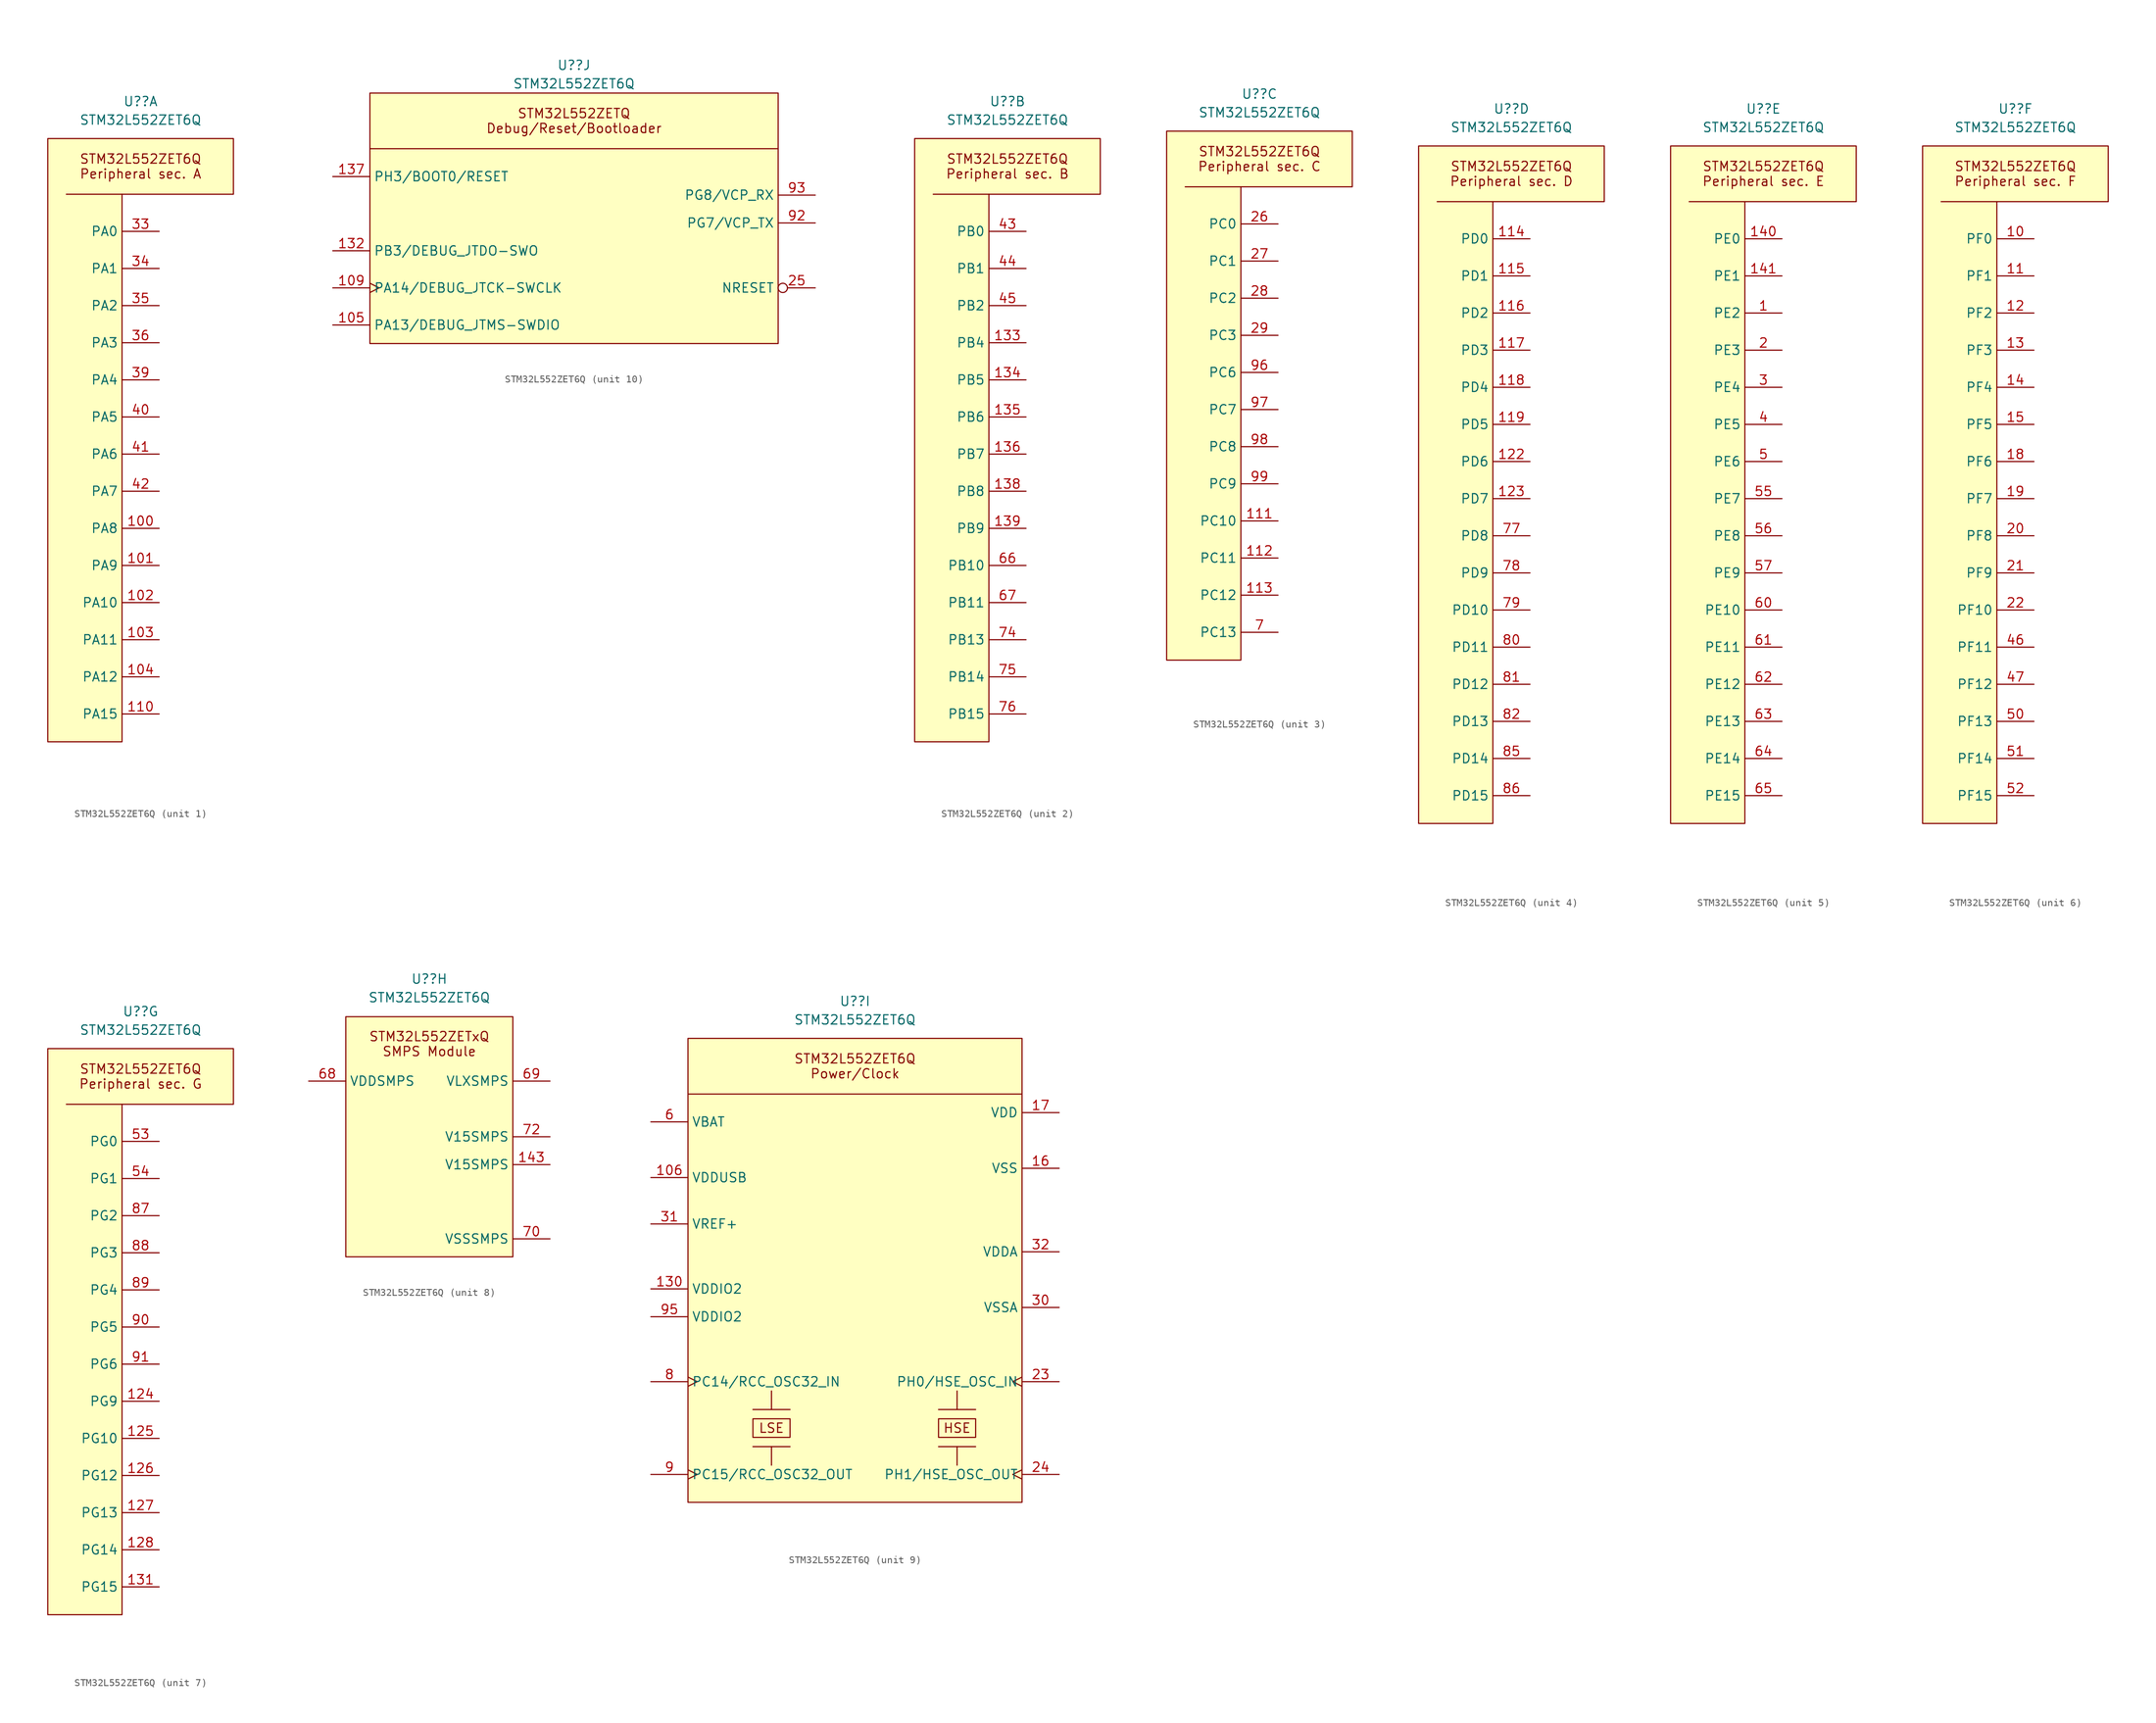
<source format=kicad_sym>
(kicad_symbol_lib
  (version 20241209)
  (generator "kicad_symbol_editor")
  (generator_version "9.0")
  (symbol "STM32L552ZET6Q"
    (property "Reference" "U?"
      (at 0 35.56 0)
      (effects (font (size 1.27 1.27))))
    (property "Value" "STM32L552ZET6Q"
      (at 0 33.02 0)
      (effects (font (size 1.27 1.27))))
    (property "ki_locked" ""
      (at 0 0 0)
      (effects (font (size 1.27 1.27))))
    (symbol "STM32L552ZET6Q_1_1"
      (polyline (pts (xy -2.54 22.86) (xy -10.16 22.86)) (stroke (width 0) (type default)) (fill (type none)))
      (polyline (pts (xy 12.7 30.48) (xy -12.7 30.48) (xy -12.7 -52.07) (xy -2.54 -52.07) (xy -2.54 22.86) (xy 12.7 22.86) (xy 12.7 30.48) (xy 11.43 30.48)) (stroke (width 0) (type solid)) (fill (type background)))
      (text "STM32L552ZET6Q\nPeripheral sec. A" (at 0 26.67 0) (effects (font (size 1.27 1.27))))
      (pin bidirectional line (at 2.54 17.78 180) (length 5.08) (name "PA0" (effects (font (size 1.27 1.27)))) (number "33" (effects (font (size 1.27 1.27)))) (alternate "ADC1_IN5" bidirectional line) (alternate "ADC2_IN5" bidirectional line) (alternate "OPAMP1_VINP" bidirectional line) (alternate "PWR_WKUP1" bidirectional line) (alternate "SAI1_EXTCLK" bidirectional line) (alternate "TAMP_IN2" bidirectional line) (alternate "TAMP_OUT1" bidirectional line) (alternate "TIM2_CH1" bidirectional line) (alternate "TIM2_ETR" bidirectional line) (alternate "TIM5_CH1" bidirectional line) (alternate "TIM8_ETR" bidirectional line) (alternate "UART4_TX" bidirectional line) (alternate "USART2_CTS" bidirectional line) (alternate "USART2_NSS" bidirectional line))
      (pin bidirectional line (at 2.54 12.7 180) (length 5.08) (name "PA1" (effects (font (size 1.27 1.27)))) (number "34" (effects (font (size 1.27 1.27)))) (alternate "ADC1_IN6" bidirectional line) (alternate "ADC2_IN6" bidirectional line) (alternate "I2C1_SMBA" bidirectional line) (alternate "OCTOSPI1_DQS" bidirectional line) (alternate "OPAMP1_VINM" bidirectional line) (alternate "SPI1_SCK" bidirectional line) (alternate "TAMP_IN5" bidirectional line) (alternate "TAMP_OUT4" bidirectional line) (alternate "TIM15_CH1N" bidirectional line) (alternate "TIM2_CH2" bidirectional line) (alternate "TIM5_CH2" bidirectional line) (alternate "UART4_RX" bidirectional line) (alternate "USART2_DE" bidirectional line) (alternate "USART2_RTS" bidirectional line))
      (pin bidirectional line (at 2.54 7.62 180) (length 5.08) (name "PA2" (effects (font (size 1.27 1.27)))) (number "35" (effects (font (size 1.27 1.27)))) (alternate "ADC1_IN7" bidirectional line) (alternate "ADC2_IN7" bidirectional line) (alternate "COMP1_INP" bidirectional line) (alternate "LPUART1_TX" bidirectional line) (alternate "OCTOSPI1_NCS" bidirectional line) (alternate "PWR_WKUP4" bidirectional line) (alternate "RCC_LSCO" bidirectional line) (alternate "SAI2_EXTCLK" bidirectional line) (alternate "TIM15_CH1" bidirectional line) (alternate "TIM2_CH3" bidirectional line) (alternate "TIM5_CH3" bidirectional line) (alternate "UCPD1_FRSTX1" bidirectional line) (alternate "USART2_TX" bidirectional line))
      (pin bidirectional line (at 2.54 2.54 180) (length 5.08) (name "PA3" (effects (font (size 1.27 1.27)))) (number "36" (effects (font (size 1.27 1.27)))) (alternate "ADC1_IN8" bidirectional line) (alternate "ADC2_IN8" bidirectional line) (alternate "LPUART1_RX" bidirectional line) (alternate "OCTOSPI1_CLK" bidirectional line) (alternate "OPAMP1_VOUT" bidirectional line) (alternate "SAI1_CK1" bidirectional line) (alternate "SAI1_MCLK_A" bidirectional line) (alternate "TIM15_CH2" bidirectional line) (alternate "TIM2_CH4" bidirectional line) (alternate "TIM5_CH4" bidirectional line) (alternate "USART2_RX" bidirectional line))
      (pin bidirectional line (at 2.54 -2.54 180) (length 5.08) (name "PA4" (effects (font (size 1.27 1.27)))) (number "39" (effects (font (size 1.27 1.27)))) (alternate "ADC1_IN9" bidirectional line) (alternate "ADC2_IN9" bidirectional line) (alternate "DAC1_OUT1" bidirectional line) (alternate "LPTIM2_OUT" bidirectional line) (alternate "OCTOSPI1_NCS" bidirectional line) (alternate "SAI1_FS_B" bidirectional line) (alternate "SPI1_NSS" bidirectional line) (alternate "SPI3_NSS" bidirectional line) (alternate "USART2_CK" bidirectional line))
      (pin bidirectional line (at 2.54 -7.62 180) (length 5.08) (name "PA5" (effects (font (size 1.27 1.27)))) (number "40" (effects (font (size 1.27 1.27)))) (alternate "ADC1_IN10" bidirectional line) (alternate "ADC2_IN10" bidirectional line) (alternate "DAC1_OUT2" bidirectional line) (alternate "LPTIM2_ETR" bidirectional line) (alternate "SPI1_SCK" bidirectional line) (alternate "TIM2_CH1" bidirectional line) (alternate "TIM2_ETR" bidirectional line) (alternate "TIM8_CH1N" bidirectional line))
      (pin bidirectional line (at 2.54 -12.7 180) (length 5.08) (name "PA6" (effects (font (size 1.27 1.27)))) (number "41" (effects (font (size 1.27 1.27)))) (alternate "ADC1_IN11" bidirectional line) (alternate "ADC2_IN11" bidirectional line) (alternate "LPUART1_CTS" bidirectional line) (alternate "OCTOSPI1_IO3" bidirectional line) (alternate "OPAMP2_VINP" bidirectional line) (alternate "SPI1_MISO" bidirectional line) (alternate "TIM16_CH1" bidirectional line) (alternate "TIM1_BKIN" bidirectional line) (alternate "TIM3_CH1" bidirectional line) (alternate "TIM8_BKIN" bidirectional line) (alternate "USART3_CTS" bidirectional line) (alternate "USART3_NSS" bidirectional line))
      (pin bidirectional line (at 2.54 -17.78 180) (length 5.08) (name "PA7" (effects (font (size 1.27 1.27)))) (number "42" (effects (font (size 1.27 1.27)))) (alternate "ADC1_IN12" bidirectional line) (alternate "ADC2_IN12" bidirectional line) (alternate "I2C3_SCL" bidirectional line) (alternate "OCTOSPI1_IO2" bidirectional line) (alternate "OPAMP2_VINM" bidirectional line) (alternate "SPI1_MOSI" bidirectional line) (alternate "TIM17_CH1" bidirectional line) (alternate "TIM1_CH1N" bidirectional line) (alternate "TIM3_CH2" bidirectional line) (alternate "TIM8_CH1N" bidirectional line))
      (pin bidirectional line (at 2.54 -22.86 180) (length 5.08) (name "PA8" (effects (font (size 1.27 1.27)))) (number "100" (effects (font (size 1.27 1.27)))) (alternate "LPTIM2_OUT" bidirectional line) (alternate "RCC_MCO" bidirectional line) (alternate "SAI1_CK2" bidirectional line) (alternate "SAI1_SCK_A" bidirectional line) (alternate "TIM1_CH1" bidirectional line) (alternate "USART1_CK" bidirectional line))
      (pin bidirectional line (at 2.54 -27.94 180) (length 5.08) (name "PA9" (effects (font (size 1.27 1.27)))) (number "101" (effects (font (size 1.27 1.27)))) (alternate "DAC1_EXTI9" bidirectional line) (alternate "SAI1_FS_A" bidirectional line) (alternate "SPI2_SCK" bidirectional line) (alternate "TIM15_BKIN" bidirectional line) (alternate "TIM1_CH2" bidirectional line) (alternate "USART1_TX" bidirectional line))
      (pin bidirectional line (at 2.54 -33.02 180) (length 5.08) (name "PA10" (effects (font (size 1.27 1.27)))) (number "102" (effects (font (size 1.27 1.27)))) (alternate "CRS_SYNC" bidirectional line) (alternate "SAI1_D1" bidirectional line) (alternate "SAI1_SD_A" bidirectional line) (alternate "TIM17_BKIN" bidirectional line) (alternate "TIM1_CH3" bidirectional line) (alternate "USART1_RX" bidirectional line))
      (pin bidirectional line (at 2.54 -38.1 180) (length 5.08) (name "PA11" (effects (font (size 1.27 1.27)))) (number "103" (effects (font (size 1.27 1.27)))) (alternate "ADC1_EXTI11" bidirectional line) (alternate "ADC2_EXTI11" bidirectional line) (alternate "FDCAN1_RX" bidirectional line) (alternate "SPI1_MISO" bidirectional line) (alternate "TIM1_BKIN2" bidirectional line) (alternate "TIM1_CH4" bidirectional line) (alternate "USART1_CTS" bidirectional line) (alternate "USART1_NSS" bidirectional line) (alternate "USB_DM" bidirectional line))
      (pin bidirectional line (at 2.54 -43.18 180) (length 5.08) (name "PA12" (effects (font (size 1.27 1.27)))) (number "104" (effects (font (size 1.27 1.27)))) (alternate "FDCAN1_TX" bidirectional line) (alternate "SPI1_MOSI" bidirectional line) (alternate "TIM1_ETR" bidirectional line) (alternate "USART1_DE" bidirectional line) (alternate "USART1_RTS" bidirectional line) (alternate "USB_DP" bidirectional line))
      (pin bidirectional line (at 2.54 -48.26 180) (length 5.08) (name "PA15" (effects (font (size 1.27 1.27)))) (number "110" (effects (font (size 1.27 1.27)))) (alternate "ADC1_EXTI15" bidirectional line) (alternate "ADC2_EXTI15" bidirectional line) (alternate "DEBUG_JTDI" bidirectional line) (alternate "SAI2_FS_B" bidirectional line) (alternate "SPI1_NSS" bidirectional line) (alternate "SPI3_NSS" bidirectional line) (alternate "TIM2_CH1" bidirectional line) (alternate "TIM2_ETR" bidirectional line) (alternate "UART4_DE" bidirectional line) (alternate "UART4_RTS" bidirectional line) (alternate "UCPD1_CC1" bidirectional line) (alternate "USART2_RX" bidirectional line) (alternate "USART3_DE" bidirectional line) (alternate "USART3_RTS" bidirectional line)))
    (symbol "STM32L552ZET6Q_2_1"
      (polyline (pts (xy -2.54 22.86) (xy -10.16 22.86)) (stroke (width 0) (type default)) (fill (type none)))
      (polyline (pts (xy 12.7 30.48) (xy -12.7 30.48) (xy -12.7 -52.07) (xy -2.54 -52.07) (xy -2.54 22.86) (xy 12.7 22.86) (xy 12.7 30.48) (xy 11.43 30.48)) (stroke (width 0) (type solid)) (fill (type background)))
      (text "STM32L552ZET6Q\nPeripheral sec. B" (at 0 26.67 0) (effects (font (size 1.27 1.27))))
      (pin bidirectional line (at 2.54 17.78 180) (length 5.08) (name "PB0" (effects (font (size 1.27 1.27)))) (number "43" (effects (font (size 1.27 1.27)))) (alternate "ADC1_IN15" bidirectional line) (alternate "ADC2_IN15" bidirectional line) (alternate "COMP1_OUT" bidirectional line) (alternate "OCTOSPI1_IO1" bidirectional line) (alternate "OPAMP2_VOUT" bidirectional line) (alternate "SAI1_EXTCLK" bidirectional line) (alternate "SPI1_NSS" bidirectional line) (alternate "TIM1_CH2N" bidirectional line) (alternate "TIM3_CH3" bidirectional line) (alternate "TIM8_CH2N" bidirectional line) (alternate "USART3_CK" bidirectional line))
      (pin bidirectional line (at 2.54 12.7 180) (length 5.08) (name "PB1" (effects (font (size 1.27 1.27)))) (number "44" (effects (font (size 1.27 1.27)))) (alternate "ADC1_IN16" bidirectional line) (alternate "ADC2_IN16" bidirectional line) (alternate "COMP1_INM" bidirectional line) (alternate "DFSDM1_DATIN0" bidirectional line) (alternate "LPTIM2_IN1" bidirectional line) (alternate "LPUART1_DE" bidirectional line) (alternate "LPUART1_RTS" bidirectional line) (alternate "OCTOSPI1_IO0" bidirectional line) (alternate "TIM1_CH3N" bidirectional line) (alternate "TIM3_CH4" bidirectional line) (alternate "TIM8_CH3N" bidirectional line) (alternate "USART3_DE" bidirectional line) (alternate "USART3_RTS" bidirectional line))
      (pin bidirectional line (at 2.54 7.62 180) (length 5.08) (name "PB2" (effects (font (size 1.27 1.27)))) (number "45" (effects (font (size 1.27 1.27)))) (alternate "COMP1_INP" bidirectional line) (alternate "DFSDM1_CKIN0" bidirectional line) (alternate "I2C3_SMBA" bidirectional line) (alternate "LPTIM1_OUT" bidirectional line) (alternate "OCTOSPI1_DQS" bidirectional line) (alternate "RTC_OUT2" bidirectional line) (alternate "UCPD1_FRSTX1" bidirectional line))
      (pin bidirectional line (at 2.54 2.54 180) (length 5.08) (name "PB4" (effects (font (size 1.27 1.27)))) (number "133" (effects (font (size 1.27 1.27)))) (alternate "COMP2_INP" bidirectional line) (alternate "DEBUG_JTRST" bidirectional line) (alternate "I2C3_SDA" bidirectional line) (alternate "SAI1_MCLK_B" bidirectional line) (alternate "SPI1_MISO" bidirectional line) (alternate "SPI3_MISO" bidirectional line) (alternate "TIM17_BKIN" bidirectional line) (alternate "TIM3_CH1" bidirectional line) (alternate "TSC_G2_IO1" bidirectional line) (alternate "UART5_DE" bidirectional line) (alternate "UART5_RTS" bidirectional line) (alternate "USART1_CTS" bidirectional line) (alternate "USART1_NSS" bidirectional line))
      (pin bidirectional line (at 2.54 -2.54 180) (length 5.08) (name "PB5" (effects (font (size 1.27 1.27)))) (number "134" (effects (font (size 1.27 1.27)))) (alternate "COMP2_OUT" bidirectional line) (alternate "I2C1_SMBA" bidirectional line) (alternate "LPTIM1_IN1" bidirectional line) (alternate "OCTOSPI1_NCLK" bidirectional line) (alternate "SAI1_SD_B" bidirectional line) (alternate "SPI1_MOSI" bidirectional line) (alternate "SPI3_MOSI" bidirectional line) (alternate "TIM16_BKIN" bidirectional line) (alternate "TIM3_CH2" bidirectional line) (alternate "TSC_G2_IO2" bidirectional line) (alternate "UART5_CTS" bidirectional line) (alternate "UCPD1_DBCC1" bidirectional line) (alternate "USART1_CK" bidirectional line))
      (pin bidirectional line (at 2.54 -7.62 180) (length 5.08) (name "PB6" (effects (font (size 1.27 1.27)))) (number "135" (effects (font (size 1.27 1.27)))) (alternate "COMP2_INP" bidirectional line) (alternate "I2C1_SCL" bidirectional line) (alternate "I2C4_SCL" bidirectional line) (alternate "LPTIM1_ETR" bidirectional line) (alternate "SAI1_FS_B" bidirectional line) (alternate "TIM16_CH1N" bidirectional line) (alternate "TIM4_CH1" bidirectional line) (alternate "TIM8_BKIN2" bidirectional line) (alternate "TSC_G2_IO3" bidirectional line) (alternate "USART1_TX" bidirectional line))
      (pin bidirectional line (at 2.54 -12.7 180) (length 5.08) (name "PB7" (effects (font (size 1.27 1.27)))) (number "136" (effects (font (size 1.27 1.27)))) (alternate "COMP2_INM" bidirectional line) (alternate "FMC_NL" bidirectional line) (alternate "I2C1_SDA" bidirectional line) (alternate "I2C4_SDA" bidirectional line) (alternate "LPTIM1_IN2" bidirectional line) (alternate "PWR_PVD_IN" bidirectional line) (alternate "TIM17_CH1N" bidirectional line) (alternate "TIM4_CH2" bidirectional line) (alternate "TIM8_BKIN" bidirectional line) (alternate "TSC_G2_IO4" bidirectional line) (alternate "UART4_CTS" bidirectional line) (alternate "USART1_RX" bidirectional line))
      (pin bidirectional line (at 2.54 -17.78 180) (length 5.08) (name "PB8" (effects (font (size 1.27 1.27)))) (number "138" (effects (font (size 1.27 1.27)))) (alternate "DFSDM1_CKOUT" bidirectional line) (alternate "FDCAN1_RX" bidirectional line) (alternate "I2C1_SCL" bidirectional line) (alternate "SAI1_CK1" bidirectional line) (alternate "SAI1_MCLK_A" bidirectional line) (alternate "SDMMC1_CKIN" bidirectional line) (alternate "SDMMC1_D4" bidirectional line) (alternate "TIM16_CH1" bidirectional line) (alternate "TIM4_CH3" bidirectional line))
      (pin bidirectional line (at 2.54 -22.86 180) (length 5.08) (name "PB9" (effects (font (size 1.27 1.27)))) (number "139" (effects (font (size 1.27 1.27)))) (alternate "DAC1_EXTI9" bidirectional line) (alternate "FDCAN1_TX" bidirectional line) (alternate "I2C1_SDA" bidirectional line) (alternate "IR_OUT" bidirectional line) (alternate "SAI1_D2" bidirectional line) (alternate "SAI1_FS_A" bidirectional line) (alternate "SDMMC1_CDIR" bidirectional line) (alternate "SDMMC1_D5" bidirectional line) (alternate "SPI2_NSS" bidirectional line) (alternate "TIM17_CH1" bidirectional line) (alternate "TIM4_CH4" bidirectional line))
      (pin bidirectional line (at 2.54 -27.94 180) (length 5.08) (name "PB10" (effects (font (size 1.27 1.27)))) (number "66" (effects (font (size 1.27 1.27)))) (alternate "COMP1_OUT" bidirectional line) (alternate "I2C2_SCL" bidirectional line) (alternate "I2C4_SCL" bidirectional line) (alternate "LPTIM3_OUT" bidirectional line) (alternate "LPUART1_RX" bidirectional line) (alternate "OCTOSPI1_CLK" bidirectional line) (alternate "SAI1_SCK_A" bidirectional line) (alternate "SPI2_SCK" bidirectional line) (alternate "TIM2_CH3" bidirectional line) (alternate "TSC_SYNC" bidirectional line) (alternate "USART3_TX" bidirectional line))
      (pin bidirectional line (at 2.54 -33.02 180) (length 5.08) (name "PB11" (effects (font (size 1.27 1.27)))) (number "67" (effects (font (size 1.27 1.27)))) (alternate "ADC1_EXTI11" bidirectional line) (alternate "ADC2_EXTI11" bidirectional line) (alternate "COMP2_OUT" bidirectional line) (alternate "I2C2_SDA" bidirectional line) (alternate "I2C4_SDA" bidirectional line) (alternate "LPUART1_TX" bidirectional line) (alternate "OCTOSPI1_NCS" bidirectional line) (alternate "TIM2_CH4" bidirectional line) (alternate "USART3_RX" bidirectional line))
      (pin bidirectional line (at 2.54 -38.1 180) (length 5.08) (name "PB13" (effects (font (size 1.27 1.27)))) (number "74" (effects (font (size 1.27 1.27)))) (alternate "DFSDM1_CKIN1" bidirectional line) (alternate "I2C2_SCL" bidirectional line) (alternate "LPTIM3_IN1" bidirectional line) (alternate "LPUART1_CTS" bidirectional line) (alternate "SAI2_SCK_A" bidirectional line) (alternate "SPI2_SCK" bidirectional line) (alternate "TIM15_CH1N" bidirectional line) (alternate "TIM1_CH1N" bidirectional line) (alternate "TSC_G1_IO2" bidirectional line) (alternate "UCPD1_FRSTX2" bidirectional line) (alternate "USART3_CTS" bidirectional line) (alternate "USART3_NSS" bidirectional line))
      (pin bidirectional line (at 2.54 -43.18 180) (length 5.08) (name "PB14" (effects (font (size 1.27 1.27)))) (number "75" (effects (font (size 1.27 1.27)))) (alternate "DFSDM1_DATIN2" bidirectional line) (alternate "I2C2_SDA" bidirectional line) (alternate "LPTIM3_ETR" bidirectional line) (alternate "SAI2_MCLK_A" bidirectional line) (alternate "SPI2_MISO" bidirectional line) (alternate "TIM15_CH1" bidirectional line) (alternate "TIM1_CH2N" bidirectional line) (alternate "TIM8_CH2N" bidirectional line) (alternate "TSC_G1_IO3" bidirectional line) (alternate "UCPD1_DBCC2" bidirectional line) (alternate "USART3_DE" bidirectional line) (alternate "USART3_RTS" bidirectional line))
      (pin bidirectional line (at 2.54 -48.26 180) (length 5.08) (name "PB15" (effects (font (size 1.27 1.27)))) (number "76" (effects (font (size 1.27 1.27)))) (alternate "ADC1_EXTI15" bidirectional line) (alternate "ADC2_EXTI15" bidirectional line) (alternate "DFSDM1_CKIN2" bidirectional line) (alternate "RTC_REFIN" bidirectional line) (alternate "SAI2_SD_A" bidirectional line) (alternate "SPI2_MOSI" bidirectional line) (alternate "TIM15_CH2" bidirectional line) (alternate "TIM1_CH3N" bidirectional line) (alternate "TIM8_CH3N" bidirectional line) (alternate "UCPD1_CC2" bidirectional line)))
    (symbol "STM32L552ZET6Q_3_1"
      (polyline (pts (xy -2.54 22.86) (xy -10.16 22.86)) (stroke (width 0) (type default)) (fill (type none)))
      (polyline (pts (xy 12.7 30.48) (xy -12.7 30.48) (xy -12.7 -41.91) (xy -2.54 -41.91) (xy -2.54 22.86) (xy 12.7 22.86) (xy 12.7 30.48) (xy 11.43 30.48)) (stroke (width 0) (type solid)) (fill (type background)))
      (text "STM32L552ZET6Q\nPeripheral sec. C" (at 0 26.67 0) (effects (font (size 1.27 1.27))))
      (pin bidirectional line (at 2.54 17.78 180) (length 5.08) (name "PC0" (effects (font (size 1.27 1.27)))) (number "26" (effects (font (size 1.27 1.27)))) (alternate "ADC1_IN1" bidirectional line) (alternate "ADC2_IN1" bidirectional line) (alternate "I2C3_SCL" bidirectional line) (alternate "LPTIM1_IN1" bidirectional line) (alternate "LPTIM2_IN1" bidirectional line) (alternate "LPUART1_RX" bidirectional line) (alternate "OCTOSPI1_IO7" bidirectional line) (alternate "SAI2_FS_A" bidirectional line) (alternate "SDMMC1_D5" bidirectional line))
      (pin bidirectional line (at 2.54 12.7 180) (length 5.08) (name "PC1" (effects (font (size 1.27 1.27)))) (number "27" (effects (font (size 1.27 1.27)))) (alternate "ADC1_IN2" bidirectional line) (alternate "ADC2_IN2" bidirectional line) (alternate "DEBUG_TRACED0" bidirectional line) (alternate "I2C3_SDA" bidirectional line) (alternate "LPTIM1_OUT" bidirectional line) (alternate "LPUART1_TX" bidirectional line) (alternate "OCTOSPI1_IO4" bidirectional line) (alternate "SAI1_SD_A" bidirectional line) (alternate "SPI2_MOSI" bidirectional line))
      (pin bidirectional line (at 2.54 7.62 180) (length 5.08) (name "PC2" (effects (font (size 1.27 1.27)))) (number "28" (effects (font (size 1.27 1.27)))) (alternate "ADC1_IN3" bidirectional line) (alternate "ADC2_IN3" bidirectional line) (alternate "DFSDM1_CKOUT" bidirectional line) (alternate "LPTIM1_IN2" bidirectional line) (alternate "OCTOSPI1_IO5" bidirectional line) (alternate "SPI2_MISO" bidirectional line))
      (pin bidirectional line (at 2.54 2.54 180) (length 5.08) (name "PC3" (effects (font (size 1.27 1.27)))) (number "29" (effects (font (size 1.27 1.27)))) (alternate "ADC1_IN4" bidirectional line) (alternate "ADC2_IN4" bidirectional line) (alternate "LPTIM1_ETR" bidirectional line) (alternate "LPTIM2_ETR" bidirectional line) (alternate "LPTIM3_OUT" bidirectional line) (alternate "OCTOSPI1_IO6" bidirectional line) (alternate "SAI1_D1" bidirectional line) (alternate "SAI1_SD_A" bidirectional line) (alternate "SPI2_MOSI" bidirectional line))
      (pin bidirectional line (at 2.54 -2.54 180) (length 5.08) (name "PC6" (effects (font (size 1.27 1.27)))) (number "96" (effects (font (size 1.27 1.27)))) (alternate "DFSDM1_CKIN3" bidirectional line) (alternate "SAI2_MCLK_A" bidirectional line) (alternate "SDMMC1_D0DIR" bidirectional line) (alternate "SDMMC1_D6" bidirectional line) (alternate "TIM3_CH1" bidirectional line) (alternate "TIM8_CH1" bidirectional line) (alternate "TSC_G4_IO1" bidirectional line))
      (pin bidirectional line (at 2.54 -7.62 180) (length 5.08) (name "PC7" (effects (font (size 1.27 1.27)))) (number "97" (effects (font (size 1.27 1.27)))) (alternate "DFSDM1_DATIN3" bidirectional line) (alternate "SAI2_MCLK_B" bidirectional line) (alternate "SDMMC1_D123DIR" bidirectional line) (alternate "SDMMC1_D7" bidirectional line) (alternate "TIM3_CH2" bidirectional line) (alternate "TIM8_CH2" bidirectional line) (alternate "TSC_G4_IO2" bidirectional line))
      (pin bidirectional line (at 2.54 -12.7 180) (length 5.08) (name "PC8" (effects (font (size 1.27 1.27)))) (number "98" (effects (font (size 1.27 1.27)))) (alternate "SDMMC1_D0" bidirectional line) (alternate "TIM3_CH3" bidirectional line) (alternate "TIM8_CH3" bidirectional line) (alternate "TSC_G4_IO3" bidirectional line))
      (pin bidirectional line (at 2.54 -17.78 180) (length 5.08) (name "PC9" (effects (font (size 1.27 1.27)))) (number "99" (effects (font (size 1.27 1.27)))) (alternate "DAC1_EXTI9" bidirectional line) (alternate "DEBUG_TRACED0" bidirectional line) (alternate "SAI2_EXTCLK" bidirectional line) (alternate "SDMMC1_D1" bidirectional line) (alternate "TIM3_CH4" bidirectional line) (alternate "TIM8_BKIN2" bidirectional line) (alternate "TIM8_CH4" bidirectional line) (alternate "TSC_G4_IO4" bidirectional line) (alternate "USB_NOE" bidirectional line))
      (pin bidirectional line (at 2.54 -22.86 180) (length 5.08) (name "PC10" (effects (font (size 1.27 1.27)))) (number "111" (effects (font (size 1.27 1.27)))) (alternate "DEBUG_TRACED1" bidirectional line) (alternate "LPTIM3_ETR" bidirectional line) (alternate "SAI2_SCK_B" bidirectional line) (alternate "SDMMC1_D2" bidirectional line) (alternate "SPI3_SCK" bidirectional line) (alternate "TSC_G3_IO2" bidirectional line) (alternate "UART4_TX" bidirectional line) (alternate "USART3_TX" bidirectional line))
      (pin bidirectional line (at 2.54 -27.94 180) (length 5.08) (name "PC11" (effects (font (size 1.27 1.27)))) (number "112" (effects (font (size 1.27 1.27)))) (alternate "ADC1_EXTI11" bidirectional line) (alternate "ADC2_EXTI11" bidirectional line) (alternate "LPTIM3_IN1" bidirectional line) (alternate "OCTOSPI1_NCS" bidirectional line) (alternate "SAI2_MCLK_B" bidirectional line) (alternate "SDMMC1_D3" bidirectional line) (alternate "SPI3_MISO" bidirectional line) (alternate "TSC_G3_IO3" bidirectional line) (alternate "UART4_RX" bidirectional line) (alternate "UCPD1_FRSTX2" bidirectional line) (alternate "USART3_RX" bidirectional line))
      (pin bidirectional line (at 2.54 -33.02 180) (length 5.08) (name "PC12" (effects (font (size 1.27 1.27)))) (number "113" (effects (font (size 1.27 1.27)))) (alternate "DEBUG_TRACED3" bidirectional line) (alternate "SAI2_SD_B" bidirectional line) (alternate "SDMMC1_CK" bidirectional line) (alternate "SPI3_MOSI" bidirectional line) (alternate "TSC_G3_IO4" bidirectional line) (alternate "UART5_TX" bidirectional line) (alternate "USART3_CK" bidirectional line))
      (pin bidirectional line (at 2.54 -38.1 180) (length 5.08) (name "PC13" (effects (font (size 1.27 1.27)))) (number "7" (effects (font (size 1.27 1.27)))) (alternate "PWR_WKUP2" bidirectional line) (alternate "RTC_OUT1" bidirectional line) (alternate "RTC_TS" bidirectional line) (alternate "TAMP_IN1" bidirectional line) (alternate "TAMP_OUT2" bidirectional line)))
    (symbol "STM32L552ZET6Q_4_1"
      (polyline (pts (xy -2.54 22.86) (xy -10.16 22.86)) (stroke (width 0) (type default)) (fill (type none)))
      (polyline (pts (xy 12.7 30.48) (xy -12.7 30.48) (xy -12.7 -62.23) (xy -2.54 -62.23) (xy -2.54 22.86) (xy 12.7 22.86) (xy 12.7 30.48) (xy 11.43 30.48)) (stroke (width 0) (type solid)) (fill (type background)))
      (text "STM32L552ZET6Q\nPeripheral sec. D" (at 0 26.67 0) (effects (font (size 1.27 1.27))))
      (pin bidirectional line (at 2.54 17.78 180) (length 5.08) (name "PD0" (effects (font (size 1.27 1.27)))) (number "114" (effects (font (size 1.27 1.27)))) (alternate "FDCAN1_RX" bidirectional line) (alternate "FMC_D2" bidirectional line) (alternate "FMC_DA2" bidirectional line) (alternate "SPI2_NSS" bidirectional line))
      (pin bidirectional line (at 2.54 12.7 180) (length 5.08) (name "PD1" (effects (font (size 1.27 1.27)))) (number "115" (effects (font (size 1.27 1.27)))) (alternate "FDCAN1_TX" bidirectional line) (alternate "FMC_D3" bidirectional line) (alternate "FMC_DA3" bidirectional line) (alternate "SPI2_SCK" bidirectional line))
      (pin bidirectional line (at 2.54 7.62 180) (length 5.08) (name "PD2" (effects (font (size 1.27 1.27)))) (number "116" (effects (font (size 1.27 1.27)))) (alternate "DEBUG_TRACED2" bidirectional line) (alternate "SDMMC1_CMD" bidirectional line) (alternate "TIM3_ETR" bidirectional line) (alternate "TSC_SYNC" bidirectional line) (alternate "UART5_RX" bidirectional line) (alternate "USART3_DE" bidirectional line) (alternate "USART3_RTS" bidirectional line))
      (pin bidirectional line (at 2.54 2.54 180) (length 5.08) (name "PD3" (effects (font (size 1.27 1.27)))) (number "117" (effects (font (size 1.27 1.27)))) (alternate "DFSDM1_DATIN0" bidirectional line) (alternate "FMC_CLK" bidirectional line) (alternate "SPI2_MISO" bidirectional line) (alternate "SPI2_SCK" bidirectional line) (alternate "USART2_CTS" bidirectional line) (alternate "USART2_NSS" bidirectional line))
      (pin bidirectional line (at 2.54 -2.54 180) (length 5.08) (name "PD4" (effects (font (size 1.27 1.27)))) (number "118" (effects (font (size 1.27 1.27)))) (alternate "DFSDM1_CKIN0" bidirectional line) (alternate "FMC_NOE" bidirectional line) (alternate "OCTOSPI1_IO4" bidirectional line) (alternate "SPI2_MOSI" bidirectional line) (alternate "USART2_DE" bidirectional line) (alternate "USART2_RTS" bidirectional line))
      (pin bidirectional line (at 2.54 -7.62 180) (length 5.08) (name "PD5" (effects (font (size 1.27 1.27)))) (number "119" (effects (font (size 1.27 1.27)))) (alternate "FMC_NWE" bidirectional line) (alternate "OCTOSPI1_IO5" bidirectional line) (alternate "USART2_TX" bidirectional line))
      (pin bidirectional line (at 2.54 -12.7 180) (length 5.08) (name "PD6" (effects (font (size 1.27 1.27)))) (number "122" (effects (font (size 1.27 1.27)))) (alternate "DFSDM1_DATIN1" bidirectional line) (alternate "FMC_NWAIT" bidirectional line) (alternate "OCTOSPI1_IO6" bidirectional line) (alternate "SAI1_D1" bidirectional line) (alternate "SAI1_SD_A" bidirectional line) (alternate "SPI3_MOSI" bidirectional line) (alternate "USART2_RX" bidirectional line))
      (pin bidirectional line (at 2.54 -17.78 180) (length 5.08) (name "PD7" (effects (font (size 1.27 1.27)))) (number "123" (effects (font (size 1.27 1.27)))) (alternate "DFSDM1_CKIN1" bidirectional line) (alternate "FMC_NCE" bidirectional line) (alternate "FMC_NE1" bidirectional line) (alternate "OCTOSPI1_IO7" bidirectional line) (alternate "USART2_CK" bidirectional line))
      (pin bidirectional line (at 2.54 -22.86 180) (length 5.08) (name "PD8" (effects (font (size 1.27 1.27)))) (number "77" (effects (font (size 1.27 1.27)))) (alternate "FMC_D13" bidirectional line) (alternate "FMC_DA13" bidirectional line) (alternate "USART3_TX" bidirectional line))
      (pin bidirectional line (at 2.54 -27.94 180) (length 5.08) (name "PD9" (effects (font (size 1.27 1.27)))) (number "78" (effects (font (size 1.27 1.27)))) (alternate "DAC1_EXTI9" bidirectional line) (alternate "FMC_D14" bidirectional line) (alternate "FMC_DA14" bidirectional line) (alternate "SAI2_MCLK_A" bidirectional line) (alternate "USART3_RX" bidirectional line))
      (pin bidirectional line (at 2.54 -33.02 180) (length 5.08) (name "PD10" (effects (font (size 1.27 1.27)))) (number "79" (effects (font (size 1.27 1.27)))) (alternate "FMC_D15" bidirectional line) (alternate "FMC_DA15" bidirectional line) (alternate "SAI2_SCK_A" bidirectional line) (alternate "TSC_G6_IO1" bidirectional line) (alternate "USART3_CK" bidirectional line))
      (pin bidirectional line (at 2.54 -38.1 180) (length 5.08) (name "PD11" (effects (font (size 1.27 1.27)))) (number "80" (effects (font (size 1.27 1.27)))) (alternate "ADC1_EXTI11" bidirectional line) (alternate "ADC2_EXTI11" bidirectional line) (alternate "FMC_A16" bidirectional line) (alternate "FMC_CLE" bidirectional line) (alternate "I2C4_SMBA" bidirectional line) (alternate "LPTIM2_ETR" bidirectional line) (alternate "SAI2_SD_A" bidirectional line) (alternate "TSC_G6_IO2" bidirectional line) (alternate "USART3_CTS" bidirectional line) (alternate "USART3_NSS" bidirectional line))
      (pin bidirectional line (at 2.54 -43.18 180) (length 5.08) (name "PD12" (effects (font (size 1.27 1.27)))) (number "81" (effects (font (size 1.27 1.27)))) (alternate "FMC_A17" bidirectional line) (alternate "FMC_ALE" bidirectional line) (alternate "I2C4_SCL" bidirectional line) (alternate "LPTIM2_IN1" bidirectional line) (alternate "SAI2_FS_A" bidirectional line) (alternate "TIM4_CH1" bidirectional line) (alternate "TSC_G6_IO3" bidirectional line) (alternate "USART3_DE" bidirectional line) (alternate "USART3_RTS" bidirectional line))
      (pin bidirectional line (at 2.54 -48.26 180) (length 5.08) (name "PD13" (effects (font (size 1.27 1.27)))) (number "82" (effects (font (size 1.27 1.27)))) (alternate "FMC_A18" bidirectional line) (alternate "I2C4_SDA" bidirectional line) (alternate "LPTIM2_OUT" bidirectional line) (alternate "TIM4_CH2" bidirectional line) (alternate "TSC_G6_IO4" bidirectional line))
      (pin bidirectional line (at 2.54 -53.34 180) (length 5.08) (name "PD14" (effects (font (size 1.27 1.27)))) (number "85" (effects (font (size 1.27 1.27)))) (alternate "FMC_D0" bidirectional line) (alternate "FMC_DA0" bidirectional line) (alternate "TIM4_CH3" bidirectional line))
      (pin bidirectional line (at 2.54 -58.42 180) (length 5.08) (name "PD15" (effects (font (size 1.27 1.27)))) (number "86" (effects (font (size 1.27 1.27)))) (alternate "ADC1_EXTI15" bidirectional line) (alternate "ADC2_EXTI15" bidirectional line) (alternate "FMC_D1" bidirectional line) (alternate "FMC_DA1" bidirectional line) (alternate "TIM4_CH4" bidirectional line)))
    (symbol "STM32L552ZET6Q_5_1"
      (polyline (pts (xy -2.54 22.86) (xy -10.16 22.86)) (stroke (width 0) (type default)) (fill (type none)))
      (polyline (pts (xy 12.7 30.48) (xy -12.7 30.48) (xy -12.7 -62.23) (xy -2.54 -62.23) (xy -2.54 22.86) (xy 12.7 22.86) (xy 12.7 30.48) (xy 11.43 30.48)) (stroke (width 0) (type solid)) (fill (type background)))
      (text "STM32L552ZET6Q\nPeripheral sec. E" (at 0 26.67 0) (effects (font (size 1.27 1.27))))
      (pin bidirectional line (at 2.54 17.78 180) (length 5.08) (name "PE0" (effects (font (size 1.27 1.27)))) (number "140" (effects (font (size 1.27 1.27)))) (alternate "FMC_NBL0" bidirectional line) (alternate "TIM16_CH1" bidirectional line) (alternate "TIM4_ETR" bidirectional line))
      (pin bidirectional line (at 2.54 12.7 180) (length 5.08) (name "PE1" (effects (font (size 1.27 1.27)))) (number "141" (effects (font (size 1.27 1.27)))) (alternate "FMC_NBL1" bidirectional line) (alternate "TIM17_CH1" bidirectional line))
      (pin bidirectional line (at 2.54 7.62 180) (length 5.08) (name "PE2" (effects (font (size 1.27 1.27)))) (number "1" (effects (font (size 1.27 1.27)))) (alternate "DEBUG_TRACECLK" bidirectional line) (alternate "FMC_A23" bidirectional line) (alternate "SAI1_CK1" bidirectional line) (alternate "SAI1_MCLK_A" bidirectional line) (alternate "TIM3_ETR" bidirectional line) (alternate "TSC_G7_IO1" bidirectional line))
      (pin bidirectional line (at 2.54 2.54 180) (length 5.08) (name "PE3" (effects (font (size 1.27 1.27)))) (number "2" (effects (font (size 1.27 1.27)))) (alternate "DEBUG_TRACED0" bidirectional line) (alternate "FMC_A19" bidirectional line) (alternate "OCTOSPI1_DQS" bidirectional line) (alternate "SAI1_SD_B" bidirectional line) (alternate "TIM3_CH1" bidirectional line) (alternate "TSC_G7_IO2" bidirectional line))
      (pin bidirectional line (at 2.54 -2.54 180) (length 5.08) (name "PE4" (effects (font (size 1.27 1.27)))) (number "3" (effects (font (size 1.27 1.27)))) (alternate "DEBUG_TRACED1" bidirectional line) (alternate "DFSDM1_DATIN3" bidirectional line) (alternate "FMC_A20" bidirectional line) (alternate "SAI1_D2" bidirectional line) (alternate "SAI1_FS_A" bidirectional line) (alternate "TIM3_CH2" bidirectional line) (alternate "TSC_G7_IO3" bidirectional line))
      (pin bidirectional line (at 2.54 -7.62 180) (length 5.08) (name "PE5" (effects (font (size 1.27 1.27)))) (number "4" (effects (font (size 1.27 1.27)))) (alternate "DEBUG_TRACED2" bidirectional line) (alternate "DFSDM1_CKIN3" bidirectional line) (alternate "FMC_A21" bidirectional line) (alternate "SAI1_CK2" bidirectional line) (alternate "SAI1_SCK_A" bidirectional line) (alternate "TIM3_CH3" bidirectional line) (alternate "TSC_G7_IO4" bidirectional line))
      (pin bidirectional line (at 2.54 -12.7 180) (length 5.08) (name "PE6" (effects (font (size 1.27 1.27)))) (number "5" (effects (font (size 1.27 1.27)))) (alternate "DEBUG_TRACED3" bidirectional line) (alternate "FMC_A22" bidirectional line) (alternate "PWR_WKUP3" bidirectional line) (alternate "SAI1_D1" bidirectional line) (alternate "SAI1_SD_A" bidirectional line) (alternate "TAMP_IN3" bidirectional line) (alternate "TAMP_OUT6" bidirectional line) (alternate "TIM3_CH4" bidirectional line))
      (pin bidirectional line (at 2.54 -17.78 180) (length 5.08) (name "PE7" (effects (font (size 1.27 1.27)))) (number "55" (effects (font (size 1.27 1.27)))) (alternate "DFSDM1_DATIN2" bidirectional line) (alternate "FMC_D4" bidirectional line) (alternate "FMC_DA4" bidirectional line) (alternate "SAI1_SD_B" bidirectional line) (alternate "TIM1_ETR" bidirectional line))
      (pin bidirectional line (at 2.54 -22.86 180) (length 5.08) (name "PE8" (effects (font (size 1.27 1.27)))) (number "56" (effects (font (size 1.27 1.27)))) (alternate "DFSDM1_CKIN2" bidirectional line) (alternate "FMC_D5" bidirectional line) (alternate "FMC_DA5" bidirectional line) (alternate "SAI1_SCK_B" bidirectional line) (alternate "TIM1_CH1N" bidirectional line))
      (pin bidirectional line (at 2.54 -27.94 180) (length 5.08) (name "PE9" (effects (font (size 1.27 1.27)))) (number "57" (effects (font (size 1.27 1.27)))) (alternate "DAC1_EXTI9" bidirectional line) (alternate "DFSDM1_CKOUT" bidirectional line) (alternate "FMC_D6" bidirectional line) (alternate "FMC_DA6" bidirectional line) (alternate "OCTOSPI1_NCLK" bidirectional line) (alternate "SAI1_FS_B" bidirectional line) (alternate "TIM1_CH1" bidirectional line))
      (pin bidirectional line (at 2.54 -33.02 180) (length 5.08) (name "PE10" (effects (font (size 1.27 1.27)))) (number "60" (effects (font (size 1.27 1.27)))) (alternate "FMC_D7" bidirectional line) (alternate "FMC_DA7" bidirectional line) (alternate "OCTOSPI1_CLK" bidirectional line) (alternate "SAI1_MCLK_B" bidirectional line) (alternate "TIM1_CH2N" bidirectional line) (alternate "TSC_G5_IO1" bidirectional line))
      (pin bidirectional line (at 2.54 -38.1 180) (length 5.08) (name "PE11" (effects (font (size 1.27 1.27)))) (number "61" (effects (font (size 1.27 1.27)))) (alternate "ADC1_EXTI11" bidirectional line) (alternate "ADC2_EXTI11" bidirectional line) (alternate "FMC_D8" bidirectional line) (alternate "FMC_DA8" bidirectional line) (alternate "OCTOSPI1_NCS" bidirectional line) (alternate "TIM1_CH2" bidirectional line) (alternate "TSC_G5_IO2" bidirectional line))
      (pin bidirectional line (at 2.54 -43.18 180) (length 5.08) (name "PE12" (effects (font (size 1.27 1.27)))) (number "62" (effects (font (size 1.27 1.27)))) (alternate "FMC_D9" bidirectional line) (alternate "FMC_DA9" bidirectional line) (alternate "OCTOSPI1_IO0" bidirectional line) (alternate "SPI1_NSS" bidirectional line) (alternate "TIM1_CH3N" bidirectional line) (alternate "TSC_G5_IO3" bidirectional line))
      (pin bidirectional line (at 2.54 -48.26 180) (length 5.08) (name "PE13" (effects (font (size 1.27 1.27)))) (number "63" (effects (font (size 1.27 1.27)))) (alternate "FMC_D10" bidirectional line) (alternate "FMC_DA10" bidirectional line) (alternate "OCTOSPI1_IO1" bidirectional line) (alternate "SPI1_SCK" bidirectional line) (alternate "TIM1_CH3" bidirectional line) (alternate "TSC_G5_IO4" bidirectional line))
      (pin bidirectional line (at 2.54 -53.34 180) (length 5.08) (name "PE14" (effects (font (size 1.27 1.27)))) (number "64" (effects (font (size 1.27 1.27)))) (alternate "FMC_D11" bidirectional line) (alternate "FMC_DA11" bidirectional line) (alternate "OCTOSPI1_IO2" bidirectional line) (alternate "SPI1_MISO" bidirectional line) (alternate "TIM1_BKIN2" bidirectional line) (alternate "TIM1_CH4" bidirectional line))
      (pin bidirectional line (at 2.54 -58.42 180) (length 5.08) (name "PE15" (effects (font (size 1.27 1.27)))) (number "65" (effects (font (size 1.27 1.27)))) (alternate "ADC1_EXTI15" bidirectional line) (alternate "ADC2_EXTI15" bidirectional line) (alternate "FMC_D12" bidirectional line) (alternate "FMC_DA12" bidirectional line) (alternate "OCTOSPI1_IO3" bidirectional line) (alternate "SPI1_MOSI" bidirectional line) (alternate "TIM1_BKIN" bidirectional line)))
    (symbol "STM32L552ZET6Q_6_1"
      (polyline (pts (xy -2.54 22.86) (xy -10.16 22.86)) (stroke (width 0) (type default)) (fill (type none)))
      (polyline (pts (xy 12.7 30.48) (xy -12.7 30.48) (xy -12.7 -62.23) (xy -2.54 -62.23) (xy -2.54 22.86) (xy 12.7 22.86) (xy 12.7 30.48) (xy 11.43 30.48)) (stroke (width 0) (type solid)) (fill (type background)))
      (text "STM32L552ZET6Q\nPeripheral sec. F" (at 0 26.67 0) (effects (font (size 1.27 1.27))))
      (pin bidirectional line (at 2.54 17.78 180) (length 5.08) (name "PF0" (effects (font (size 1.27 1.27)))) (number "10" (effects (font (size 1.27 1.27)))) (alternate "FMC_A0" bidirectional line) (alternate "I2C2_SDA" bidirectional line))
      (pin bidirectional line (at 2.54 12.7 180) (length 5.08) (name "PF1" (effects (font (size 1.27 1.27)))) (number "11" (effects (font (size 1.27 1.27)))) (alternate "FMC_A1" bidirectional line) (alternate "I2C2_SCL" bidirectional line))
      (pin bidirectional line (at 2.54 7.62 180) (length 5.08) (name "PF2" (effects (font (size 1.27 1.27)))) (number "12" (effects (font (size 1.27 1.27)))) (alternate "FMC_A2" bidirectional line) (alternate "I2C2_SMBA" bidirectional line))
      (pin bidirectional line (at 2.54 2.54 180) (length 5.08) (name "PF3" (effects (font (size 1.27 1.27)))) (number "13" (effects (font (size 1.27 1.27)))) (alternate "FMC_A3" bidirectional line) (alternate "LPTIM3_IN1" bidirectional line))
      (pin bidirectional line (at 2.54 -2.54 180) (length 5.08) (name "PF4" (effects (font (size 1.27 1.27)))) (number "14" (effects (font (size 1.27 1.27)))) (alternate "FMC_A4" bidirectional line) (alternate "LPTIM3_ETR" bidirectional line))
      (pin bidirectional line (at 2.54 -7.62 180) (length 5.08) (name "PF5" (effects (font (size 1.27 1.27)))) (number "15" (effects (font (size 1.27 1.27)))) (alternate "FMC_A5" bidirectional line) (alternate "LPTIM3_OUT" bidirectional line))
      (pin bidirectional line (at 2.54 -12.7 180) (length 5.08) (name "PF6" (effects (font (size 1.27 1.27)))) (number "18" (effects (font (size 1.27 1.27)))) (alternate "OCTOSPI1_IO3" bidirectional line) (alternate "SAI1_SD_B" bidirectional line) (alternate "TIM5_CH1" bidirectional line) (alternate "TIM5_ETR" bidirectional line))
      (pin bidirectional line (at 2.54 -17.78 180) (length 5.08) (name "PF7" (effects (font (size 1.27 1.27)))) (number "19" (effects (font (size 1.27 1.27)))) (alternate "OCTOSPI1_IO2" bidirectional line) (alternate "SAI1_MCLK_B" bidirectional line) (alternate "TAMP_IN6" bidirectional line) (alternate "TAMP_OUT3" bidirectional line) (alternate "TIM5_CH2" bidirectional line))
      (pin bidirectional line (at 2.54 -22.86 180) (length 5.08) (name "PF8" (effects (font (size 1.27 1.27)))) (number "20" (effects (font (size 1.27 1.27)))) (alternate "OCTOSPI1_IO0" bidirectional line) (alternate "SAI1_SCK_B" bidirectional line) (alternate "TAMP_IN7" bidirectional line) (alternate "TAMP_OUT8" bidirectional line) (alternate "TIM5_CH3" bidirectional line))
      (pin bidirectional line (at 2.54 -27.94 180) (length 5.08) (name "PF9" (effects (font (size 1.27 1.27)))) (number "21" (effects (font (size 1.27 1.27)))) (alternate "DAC1_EXTI9" bidirectional line) (alternate "OCTOSPI1_IO1" bidirectional line) (alternate "SAI1_FS_B" bidirectional line) (alternate "TAMP_IN8" bidirectional line) (alternate "TAMP_OUT7" bidirectional line) (alternate "TIM15_CH1" bidirectional line) (alternate "TIM5_CH4" bidirectional line))
      (pin bidirectional line (at 2.54 -33.02 180) (length 5.08) (name "PF10" (effects (font (size 1.27 1.27)))) (number "22" (effects (font (size 1.27 1.27)))) (alternate "DFSDM1_CKOUT" bidirectional line) (alternate "OCTOSPI1_CLK" bidirectional line) (alternate "SAI1_D3" bidirectional line) (alternate "TIM15_CH2" bidirectional line))
      (pin bidirectional line (at 2.54 -38.1 180) (length 5.08) (name "PF11" (effects (font (size 1.27 1.27)))) (number "46" (effects (font (size 1.27 1.27)))) (alternate "ADC1_EXTI11" bidirectional line) (alternate "ADC2_EXTI11" bidirectional line) (alternate "OCTOSPI1_NCLK" bidirectional line))
      (pin bidirectional line (at 2.54 -43.18 180) (length 5.08) (name "PF12" (effects (font (size 1.27 1.27)))) (number "47" (effects (font (size 1.27 1.27)))) (alternate "FMC_A6" bidirectional line))
      (pin bidirectional line (at 2.54 -48.26 180) (length 5.08) (name "PF13" (effects (font (size 1.27 1.27)))) (number "50" (effects (font (size 1.27 1.27)))) (alternate "FMC_A7" bidirectional line) (alternate "I2C4_SMBA" bidirectional line))
      (pin bidirectional line (at 2.54 -53.34 180) (length 5.08) (name "PF14" (effects (font (size 1.27 1.27)))) (number "51" (effects (font (size 1.27 1.27)))) (alternate "FMC_A8" bidirectional line) (alternate "I2C4_SCL" bidirectional line) (alternate "TSC_G8_IO1" bidirectional line))
      (pin bidirectional line (at 2.54 -58.42 180) (length 5.08) (name "PF15" (effects (font (size 1.27 1.27)))) (number "52" (effects (font (size 1.27 1.27)))) (alternate "ADC1_EXTI15" bidirectional line) (alternate "ADC2_EXTI15" bidirectional line) (alternate "FMC_A9" bidirectional line) (alternate "I2C4_SDA" bidirectional line) (alternate "TSC_G8_IO2" bidirectional line)))
    (symbol "STM32L552ZET6Q_7_1"
      (polyline (pts (xy -2.54 22.86) (xy -10.16 22.86)) (stroke (width 0) (type default)) (fill (type none)))
      (polyline (pts (xy 12.7 30.48) (xy -12.7 30.48) (xy -12.7 -46.99) (xy -2.54 -46.99) (xy -2.54 22.86) (xy 12.7 22.86) (xy 12.7 30.48) (xy 11.43 30.48)) (stroke (width 0) (type solid)) (fill (type background)))
      (text "STM32L552ZET6Q\nPeripheral sec. G" (at 0 26.67 0) (effects (font (size 1.27 1.27))))
      (pin bidirectional line (at 2.54 17.78 180) (length 5.08) (name "PG0" (effects (font (size 1.27 1.27)))) (number "53" (effects (font (size 1.27 1.27)))) (alternate "FMC_A10" bidirectional line) (alternate "TSC_G8_IO3" bidirectional line))
      (pin bidirectional line (at 2.54 12.7 180) (length 5.08) (name "PG1" (effects (font (size 1.27 1.27)))) (number "54" (effects (font (size 1.27 1.27)))) (alternate "FMC_A11" bidirectional line) (alternate "TSC_G8_IO4" bidirectional line))
      (pin bidirectional line (at 2.54 7.62 180) (length 5.08) (name "PG2" (effects (font (size 1.27 1.27)))) (number "87" (effects (font (size 1.27 1.27)))) (alternate "FMC_A12" bidirectional line) (alternate "SAI2_SCK_B" bidirectional line) (alternate "SPI1_SCK" bidirectional line))
      (pin bidirectional line (at 2.54 2.54 180) (length 5.08) (name "PG3" (effects (font (size 1.27 1.27)))) (number "88" (effects (font (size 1.27 1.27)))) (alternate "FMC_A13" bidirectional line) (alternate "SAI2_FS_B" bidirectional line) (alternate "SPI1_MISO" bidirectional line))
      (pin bidirectional line (at 2.54 -2.54 180) (length 5.08) (name "PG4" (effects (font (size 1.27 1.27)))) (number "89" (effects (font (size 1.27 1.27)))) (alternate "FMC_A14" bidirectional line) (alternate "SAI2_MCLK_B" bidirectional line) (alternate "SPI1_MOSI" bidirectional line))
      (pin bidirectional line (at 2.54 -7.62 180) (length 5.08) (name "PG5" (effects (font (size 1.27 1.27)))) (number "90" (effects (font (size 1.27 1.27)))) (alternate "FMC_A15" bidirectional line) (alternate "LPUART1_CTS" bidirectional line) (alternate "SAI2_SD_B" bidirectional line) (alternate "SPI1_NSS" bidirectional line))
      (pin bidirectional line (at 2.54 -12.7 180) (length 5.08) (name "PG6" (effects (font (size 1.27 1.27)))) (number "91" (effects (font (size 1.27 1.27)))) (alternate "I2C3_SMBA" bidirectional line) (alternate "LPUART1_DE" bidirectional line) (alternate "LPUART1_RTS" bidirectional line) (alternate "OCTOSPI1_DQS" bidirectional line) (alternate "UCPD1_FRSTX1" bidirectional line))
      (pin bidirectional line (at 2.54 -17.78 180) (length 5.08) (name "PG9" (effects (font (size 1.27 1.27)))) (number "124" (effects (font (size 1.27 1.27)))) (alternate "DAC1_EXTI9" bidirectional line) (alternate "FMC_NCE" bidirectional line) (alternate "FMC_NE2" bidirectional line) (alternate "SAI2_SCK_A" bidirectional line) (alternate "SPI3_SCK" bidirectional line) (alternate "TIM15_CH1N" bidirectional line) (alternate "USART1_TX" bidirectional line))
      (pin bidirectional line (at 2.54 -22.86 180) (length 5.08) (name "PG10" (effects (font (size 1.27 1.27)))) (number "125" (effects (font (size 1.27 1.27)))) (alternate "FMC_NE3" bidirectional line) (alternate "LPTIM1_IN1" bidirectional line) (alternate "SAI2_FS_A" bidirectional line) (alternate "SPI3_MISO" bidirectional line) (alternate "TIM15_CH1" bidirectional line) (alternate "USART1_RX" bidirectional line))
      (pin bidirectional line (at 2.54 -27.94 180) (length 5.08) (name "PG12" (effects (font (size 1.27 1.27)))) (number "126" (effects (font (size 1.27 1.27)))) (alternate "FMC_NE4" bidirectional line) (alternate "LPTIM1_ETR" bidirectional line) (alternate "SAI2_SD_A" bidirectional line) (alternate "SPI3_NSS" bidirectional line) (alternate "USART1_DE" bidirectional line) (alternate "USART1_RTS" bidirectional line))
      (pin bidirectional line (at 2.54 -33.02 180) (length 5.08) (name "PG13" (effects (font (size 1.27 1.27)))) (number "127" (effects (font (size 1.27 1.27)))) (alternate "FMC_A24" bidirectional line) (alternate "I2C1_SDA" bidirectional line) (alternate "USART1_CK" bidirectional line))
      (pin bidirectional line (at 2.54 -38.1 180) (length 5.08) (name "PG14" (effects (font (size 1.27 1.27)))) (number "128" (effects (font (size 1.27 1.27)))) (alternate "FMC_A25" bidirectional line) (alternate "I2C1_SCL" bidirectional line))
      (pin bidirectional line (at 2.54 -43.18 180) (length 5.08) (name "PG15" (effects (font (size 1.27 1.27)))) (number "131" (effects (font (size 1.27 1.27)))) (alternate "ADC1_EXTI15" bidirectional line) (alternate "ADC2_EXTI15" bidirectional line) (alternate "I2C1_SMBA" bidirectional line) (alternate "LPTIM1_OUT" bidirectional line)))
    (symbol "STM32L552ZET6Q_8_1"
      (unit_name "SMPS")
      (rectangle (start -11.43 30.401) (end 11.43 -2.461) (stroke (width 0) (type solid)) (fill (type background)))
      (text "STM32L552ZETxQ\nSMPS Module" (at 0 26.67 0) (effects (font (size 1.27 1.27))))
      (pin power_in line (at -16.51 21.59 0) (length 5.08) (name "VDDSMPS" (effects (font (size 1.27 1.27)))) (number "68" (effects (font (size 1.27 1.27)))))
      (pin power_in line (at 16.51 21.59 180) (length 5.08) (name "VLXSMPS" (effects (font (size 1.27 1.27)))) (number "69" (effects (font (size 1.27 1.27)))))
      (pin power_in line (at 16.51 13.97 180) (length 5.08) (name "V15SMPS" (effects (font (size 1.27 1.27)))) (number "72" (effects (font (size 1.27 1.27)))))
      (pin power_in line (at 16.51 10.16 180) (length 5.08) (name "V15SMPS" (effects (font (size 1.27 1.27)))) (number "143" (effects (font (size 1.27 1.27)))))
      (pin power_in line (at 16.51 0 180) (length 5.08) (name "VSSSMPS" (effects (font (size 1.27 1.27)))) (number "70" (effects (font (size 1.27 1.27))))))
    (symbol "STM32L552ZET6Q_9_1"
      (unit_name "Power/Clock")
      (polyline (pts (xy -22.86 22.86) (xy 22.86 22.86)) (stroke (width 0) (type default)) (fill (type none)))
      (rectangle (start -22.86 30.48) (end 22.86 -33.02) (stroke (width 0) (type solid)) (fill (type background)))
      (polyline (pts (xy -13.97 -20.32) (xy -8.89 -20.32)) (stroke (width 0) (type default)) (fill (type none)))
      (rectangle (start -13.97 -21.59) (end -8.89 -24.13) (stroke (width 0) (type default)) (fill (type none)))
      (polyline (pts (xy -13.97 -25.4) (xy -8.89 -25.4)) (stroke (width 0) (type default)) (fill (type none)))
      (polyline (pts (xy -11.43 -20.32) (xy -11.43 -17.78)) (stroke (width 0) (type default)) (fill (type none)))
      (polyline (pts (xy -11.43 -25.4) (xy -11.43 -27.94)) (stroke (width 0) (type default)) (fill (type none)))
      (polyline (pts (xy 11.43 -20.32) (xy 16.51 -20.32)) (stroke (width 0) (type default)) (fill (type none)))
      (rectangle (start 11.43 -21.59) (end 16.51 -24.13) (stroke (width 0) (type default)) (fill (type none)))
      (polyline (pts (xy 11.43 -25.4) (xy 16.51 -25.4)) (stroke (width 0) (type default)) (fill (type none)))
      (polyline (pts (xy 13.97 -20.32) (xy 13.97 -17.78)) (stroke (width 0) (type default)) (fill (type none)))
      (polyline (pts (xy 13.97 -25.4) (xy 13.97 -27.94)) (stroke (width 0) (type default)) (fill (type none)))
      (text "LSE" (at -11.43 -22.86 0) (effects (font (size 1.27 1.27))))
      (text "STM32L552ZET6Q\nPower/Clock" (at 0 26.67 0) (effects (font (size 1.27 1.27))))
      (text "HSE" (at 13.97 -22.86 0) (effects (font (size 1.27 1.27))))
      (pin power_in line (at -27.94 19.05 0) (length 5.08) (name "VBAT" (effects (font (size 1.27 1.27)))) (number "6" (effects (font (size 1.27 1.27)))))
      (pin power_in line (at -27.94 11.43 0) (length 5.08) (name "VDDUSB" (effects (font (size 1.27 1.27)))) (number "106" (effects (font (size 1.27 1.27)))))
      (pin input line (at -27.94 5.08 0) (length 5.08) (name "VREF+" (effects (font (size 1.27 1.27)))) (number "31" (effects (font (size 1.27 1.27)))) (alternate "VREFBUF_OUT" bidirectional line))
      (pin power_in line (at -27.94 -3.81 0) (length 5.08) (name "VDDIO2" (effects (font (size 1.27 1.27)))) (number "130" (effects (font (size 1.27 1.27)))))
      (pin power_in line (at -27.94 -7.62 0) (length 5.08) (name "VDDIO2" (effects (font (size 1.27 1.27)))) (number "95" (effects (font (size 1.27 1.27)))))
      (pin input clock (at -27.94 -16.51 0) (length 5.08) (name "PC14/RCC_OSC32_IN" (effects (font (size 1.27 1.27)))) (number "8" (effects (font (size 1.27 1.27)))))
      (pin input clock (at -27.94 -29.21 0) (length 5.08) (name "PC15/RCC_OSC32_OUT" (effects (font (size 1.27 1.27)))) (number "9" (effects (font (size 1.27 1.27)))))
      (pin power_in line (at 27.94 20.32 180) (length 5.08) (hide yes) (name "VDD" (effects (font (size 1.27 1.27)))) (number "108" (effects (font (size 1.27 1.27)))))
      (pin power_in line (at 27.94 20.32 180) (length 5.08) (hide yes) (name "VDD" (effects (font (size 1.27 1.27)))) (number "121" (effects (font (size 1.27 1.27)))))
      (pin power_in line (at 27.94 20.32 180) (length 5.08) (hide yes) (name "VDD" (effects (font (size 1.27 1.27)))) (number "144" (effects (font (size 1.27 1.27)))))
      (pin power_in line (at 27.94 20.32 180) (length 5.08) (name "VDD" (effects (font (size 1.27 1.27)))) (number "17" (effects (font (size 1.27 1.27)))))
      (pin power_in line (at 27.94 20.32 180) (length 5.08) (hide yes) (name "VDD" (effects (font (size 1.27 1.27)))) (number "38" (effects (font (size 1.27 1.27)))))
      (pin power_in line (at 27.94 20.32 180) (length 5.08) (hide yes) (name "VDD" (effects (font (size 1.27 1.27)))) (number "49" (effects (font (size 1.27 1.27)))))
      (pin power_in line (at 27.94 20.32 180) (length 5.08) (hide yes) (name "VDD" (effects (font (size 1.27 1.27)))) (number "59" (effects (font (size 1.27 1.27)))))
      (pin power_in line (at 27.94 20.32 180) (length 5.08) (hide yes) (name "VDD" (effects (font (size 1.27 1.27)))) (number "73" (effects (font (size 1.27 1.27)))))
      (pin power_in line (at 27.94 20.32 180) (length 5.08) (hide yes) (name "VDD" (effects (font (size 1.27 1.27)))) (number "84" (effects (font (size 1.27 1.27)))))
      (pin power_in line (at 27.94 12.7 180) (length 5.08) (hide yes) (name "VSS" (effects (font (size 1.27 1.27)))) (number "107" (effects (font (size 1.27 1.27)))))
      (pin power_in line (at 27.94 12.7 180) (length 5.08) (hide yes) (name "VSS" (effects (font (size 1.27 1.27)))) (number "120" (effects (font (size 1.27 1.27)))))
      (pin power_in line (at 27.94 12.7 180) (length 5.08) (hide yes) (name "VSS" (effects (font (size 1.27 1.27)))) (number "129" (effects (font (size 1.27 1.27)))))
      (pin power_in line (at 27.94 12.7 180) (length 5.08) (hide yes) (name "VSS" (effects (font (size 1.27 1.27)))) (number "142" (effects (font (size 1.27 1.27)))))
      (pin power_in line (at 27.94 12.7 180) (length 5.08) (name "VSS" (effects (font (size 1.27 1.27)))) (number "16" (effects (font (size 1.27 1.27)))))
      (pin power_in line (at 27.94 12.7 180) (length 5.08) (hide yes) (name "VSS" (effects (font (size 1.27 1.27)))) (number "37" (effects (font (size 1.27 1.27)))))
      (pin power_in line (at 27.94 12.7 180) (length 5.08) (hide yes) (name "VSS" (effects (font (size 1.27 1.27)))) (number "48" (effects (font (size 1.27 1.27)))))
      (pin power_in line (at 27.94 12.7 180) (length 5.08) (hide yes) (name "VSS" (effects (font (size 1.27 1.27)))) (number "58" (effects (font (size 1.27 1.27)))))
      (pin power_in line (at 27.94 12.7 180) (length 5.08) (hide yes) (name "VSS" (effects (font (size 1.27 1.27)))) (number "71" (effects (font (size 1.27 1.27)))))
      (pin power_in line (at 27.94 12.7 180) (length 5.08) (hide yes) (name "VSS" (effects (font (size 1.27 1.27)))) (number "83" (effects (font (size 1.27 1.27)))))
      (pin power_in line (at 27.94 12.7 180) (length 5.08) (hide yes) (name "VSS" (effects (font (size 1.27 1.27)))) (number "94" (effects (font (size 1.27 1.27)))))
      (pin power_in line (at 27.94 1.27 180) (length 5.08) (name "VDDA" (effects (font (size 1.27 1.27)))) (number "32" (effects (font (size 1.27 1.27)))))
      (pin power_in line (at 27.94 -6.35 180) (length 5.08) (name "VSSA" (effects (font (size 1.27 1.27)))) (number "30" (effects (font (size 1.27 1.27)))))
      (pin input clock (at 27.94 -16.51 180) (length 5.08) (name "PH0/HSE_OSC_IN" (effects (font (size 1.27 1.27)))) (number "23" (effects (font (size 1.27 1.27)))))
      (pin input clock (at 27.94 -29.21 180) (length 5.08) (name "PH1/HSE_OSC_OUT" (effects (font (size 1.27 1.27)))) (number "24" (effects (font (size 1.27 1.27))))))
    (symbol "STM32L552ZET6Q_10_1"
      (unit_name "Debug/Reset/Bootloader")
      (rectangle (start -27.94 31.75) (end 27.94 -2.54) (stroke (width 0) (type solid)) (fill (type background)))
      (polyline (pts (xy 27.94 24.13) (xy -27.94 24.13)) (stroke (width 0) (type default)) (fill (type none)))
      (text "STM32L552ZETQ\nDebug/Reset/Bootloader" (at 0 27.94 0) (effects (font (size 1.27 1.27))))
      (pin input line (at -33.02 20.32 0) (length 5.08) (name "PH3/BOOT0/RESET" (effects (font (size 1.27 1.27)))) (number "137" (effects (font (size 1.27 1.27)))))
      (pin bidirectional line (at -33.02 10.16 0) (length 5.08) (name "PB3/DEBUG_JTDO-SWO" (effects (font (size 1.27 1.27)))) (number "132" (effects (font (size 1.27 1.27)))) (alternate "COMP2_INM" bidirectional line) (alternate "CRS_SYNC" bidirectional line) (alternate "SAI1_SCK_B" bidirectional line) (alternate "SPI1_SCK" bidirectional line) (alternate "SPI3_SCK" bidirectional line) (alternate "TIM2_CH2" bidirectional line) (alternate "USART1_DE" bidirectional line) (alternate "USART1_RTS" bidirectional line))
      (pin bidirectional clock (at -33.02 5.08 0) (length 5.08) (name "PA14/DEBUG_JTCK-SWCLK" (effects (font (size 1.27 1.27)))) (number "109" (effects (font (size 1.27 1.27)))) (alternate "I2C1_SMBA" bidirectional line) (alternate "I2C4_SMBA" bidirectional line) (alternate "LPTIM1_OUT" bidirectional line) (alternate "SAI1_FS_B" bidirectional line))
      (pin bidirectional line (at -33.02 0 0) (length 5.08) (name "PA13/DEBUG_JTMS-SWDIO" (effects (font (size 1.27 1.27)))) (number "105" (effects (font (size 1.27 1.27)))) (alternate "IR_OUT" bidirectional line) (alternate "SAI1_SD_B" bidirectional line) (alternate "USB_NOE" bidirectional line))
      (pin bidirectional line (at 33.02 17.78 180) (length 5.08) (name "PG8/VCP_RX" (effects (font (size 1.27 1.27)))) (number "93" (effects (font (size 1.27 1.27)))) (alternate "I2C3_SDA" bidirectional line) (alternate "LPUART1_RX" bidirectional line))
      (pin bidirectional line (at 33.02 13.97 180) (length 5.08) (name "PG7/VCP_TX" (effects (font (size 1.27 1.27)))) (number "92" (effects (font (size 1.27 1.27)))) (alternate "DFSDM1_CKOUT" bidirectional line) (alternate "FMC_INT" bidirectional line) (alternate "I2C3_SCL" bidirectional line) (alternate "LPUART1_TX" bidirectional line) (alternate "SAI1_CK1" bidirectional line) (alternate "SAI1_MCLK_A" bidirectional line) (alternate "UCPD1_FRSTX2" bidirectional line))
      (pin input inverted (at 33.02 5.08 180) (length 5.08) (name "NRESET" (effects (font (size 1.27 1.27)))) (number "25" (effects (font (size 1.27 1.27))))))))
</source>
